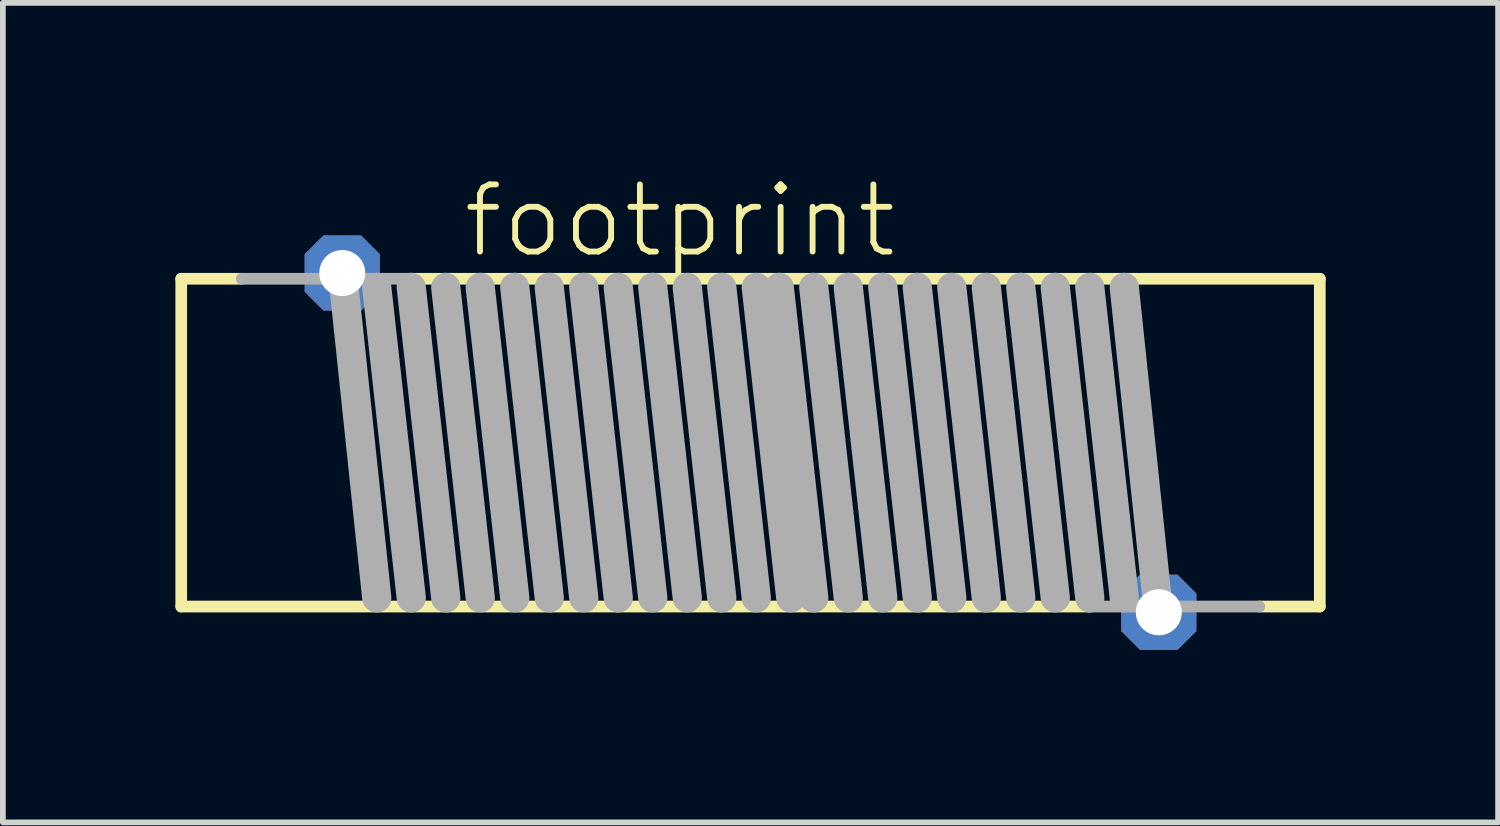
<source format=kicad_pcb>
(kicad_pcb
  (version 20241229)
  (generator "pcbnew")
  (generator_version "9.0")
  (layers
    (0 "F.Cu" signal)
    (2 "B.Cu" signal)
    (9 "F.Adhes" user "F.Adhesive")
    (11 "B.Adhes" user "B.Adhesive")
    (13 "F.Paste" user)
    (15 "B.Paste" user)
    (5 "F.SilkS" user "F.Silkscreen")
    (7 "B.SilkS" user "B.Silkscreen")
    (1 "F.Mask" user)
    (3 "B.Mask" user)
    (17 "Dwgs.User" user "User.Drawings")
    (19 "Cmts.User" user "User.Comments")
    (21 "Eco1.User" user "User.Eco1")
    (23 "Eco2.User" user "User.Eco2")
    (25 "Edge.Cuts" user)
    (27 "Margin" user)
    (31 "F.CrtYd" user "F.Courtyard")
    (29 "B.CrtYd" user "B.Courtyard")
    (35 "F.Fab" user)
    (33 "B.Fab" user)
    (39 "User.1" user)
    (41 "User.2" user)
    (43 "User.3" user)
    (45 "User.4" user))
  (footprint "footprint"
    (layer "F.Cu")
    (at 10.002 4.648)
    (property "Reference" "footprint" (at -5.05 -3.175 0) (layer "F.SilkS") (effects (font (size 1.168 1.168) (thickness 0.102)) (justify left bottom)))
    (fp_line (start -9.9 -2.85) (end -8.85 -2.85) (stroke (width 0.203) (type solid)) (layer "F.SilkS"))
    (fp_line (start -9.9 2.85) (end -9.9 -2.85) (stroke (width 0.203) (type solid)) (layer "F.SilkS"))
    (fp_line (start -5.9 -2.85) (end 9.9 -2.85) (stroke (width 0.203) (type solid)) (layer "F.SilkS"))
    (fp_line (start 5.9 2.85) (end -9.9 2.85) (stroke (width 0.203) (type solid)) (layer "F.SilkS"))
    (fp_line (start 9.9 -2.85) (end 9.9 2.85) (stroke (width 0.203) (type solid)) (layer "F.SilkS"))
    (fp_line (start 9.9 2.85) (end 8.85 2.85) (stroke (width 0.203) (type solid)) (layer "F.SilkS"))
    (fp_line (start -8.85 -2.85) (end -5.9 -2.85) (stroke (width 0.203) (type solid)) (layer "F.Fab"))
    (fp_line (start -6.5 2.7) (end -7.1 -3) (stroke (width 0.508) (type solid)) (layer "F.Fab"))
    (fp_line (start -5.9 2.7) (end -6.5 -2.7) (stroke (width 0.508) (type solid)) (layer "F.Fab"))
    (fp_line (start -5.3 2.7) (end -5.9 -2.7) (stroke (width 0.508) (type solid)) (layer "F.Fab"))
    (fp_line (start -4.7 2.7) (end -5.3 -2.7) (stroke (width 0.508) (type solid)) (layer "F.Fab"))
    (fp_line (start -4.1 2.7) (end -4.7 -2.7) (stroke (width 0.508) (type solid)) (layer "F.Fab"))
    (fp_line (start -3.5 2.7) (end -4.1 -2.7) (stroke (width 0.508) (type solid)) (layer "F.Fab"))
    (fp_line (start -2.9 2.7) (end -3.5 -2.7) (stroke (width 0.508) (type solid)) (layer "F.Fab"))
    (fp_line (start -2.3 2.7) (end -2.9 -2.7) (stroke (width 0.508) (type solid)) (layer "F.Fab"))
    (fp_line (start -1.7 2.7) (end -2.3 -2.7) (stroke (width 0.508) (type solid)) (layer "F.Fab"))
    (fp_line (start -1.1 2.7) (end -1.7 -2.7) (stroke (width 0.508) (type solid)) (layer "F.Fab"))
    (fp_line (start -0.5 2.7) (end -1.1 -2.7) (stroke (width 0.508) (type solid)) (layer "F.Fab"))
    (fp_line (start 0.1 2.7) (end -0.5 -2.7) (stroke (width 0.508) (type solid)) (layer "F.Fab"))
    (fp_line (start 0.7 2.7) (end 0.1 -2.7) (stroke (width 0.508) (type solid)) (layer "F.Fab"))
    (fp_line (start 1.1 2.7) (end 0.5 -2.7) (stroke (width 0.508) (type solid)) (layer "F.Fab"))
    (fp_line (start 1.7 2.7) (end 1.1 -2.7) (stroke (width 0.508) (type solid)) (layer "F.Fab"))
    (fp_line (start 2.3 2.7) (end 1.7 -2.7) (stroke (width 0.508) (type solid)) (layer "F.Fab"))
    (fp_line (start 2.9 2.7) (end 2.3 -2.7) (stroke (width 0.508) (type solid)) (layer "F.Fab"))
    (fp_line (start 3.5 2.7) (end 2.9 -2.7) (stroke (width 0.508) (type solid)) (layer "F.Fab"))
    (fp_line (start 4.1 2.7) (end 3.5 -2.7) (stroke (width 0.508) (type solid)) (layer "F.Fab"))
    (fp_line (start 4.7 2.7) (end 4.1 -2.7) (stroke (width 0.508) (type solid)) (layer "F.Fab"))
    (fp_line (start 5.3 2.7) (end 4.7 -2.7) (stroke (width 0.508) (type solid)) (layer "F.Fab"))
    (fp_line (start 5.9 2.7) (end 5.3 -2.7) (stroke (width 0.508) (type solid)) (layer "F.Fab"))
    (fp_line (start 6.5 2.7) (end 5.9 -2.7) (stroke (width 0.508) (type solid)) (layer "F.Fab"))
    (fp_line (start 7.1 3) (end 6.5 -2.7) (stroke (width 0.508) (type solid)) (layer "F.Fab"))
    (fp_line (start 8.85 2.85) (end 5.9 2.85) (stroke (width 0.203) (type solid)) (layer "F.Fab"))
    (pad "1" thru_hole roundrect (at 7.1 2.95) (size 1.308 1.308) (drill 0.8) (layers "*.Cu" "*.Mask") (roundrect_rratio 0.25) (chamfer_ratio 0.25) (chamfer top_left top_right bottom_left bottom_right))
    (pad "2" thru_hole roundrect (at -7.1 -2.95) (size 1.308 1.308) (drill 0.8) (layers "*.Cu" "*.Mask") (roundrect_rratio 0.25) (chamfer_ratio 0.25) (chamfer top_left top_right bottom_left bottom_right)))
  (gr_rect
    (start -3 -3)
    (end 23.003 11.252)
    (stroke (width 0.1) (type default))
    (fill no)
    (layer "Edge.Cuts")))
</source>
